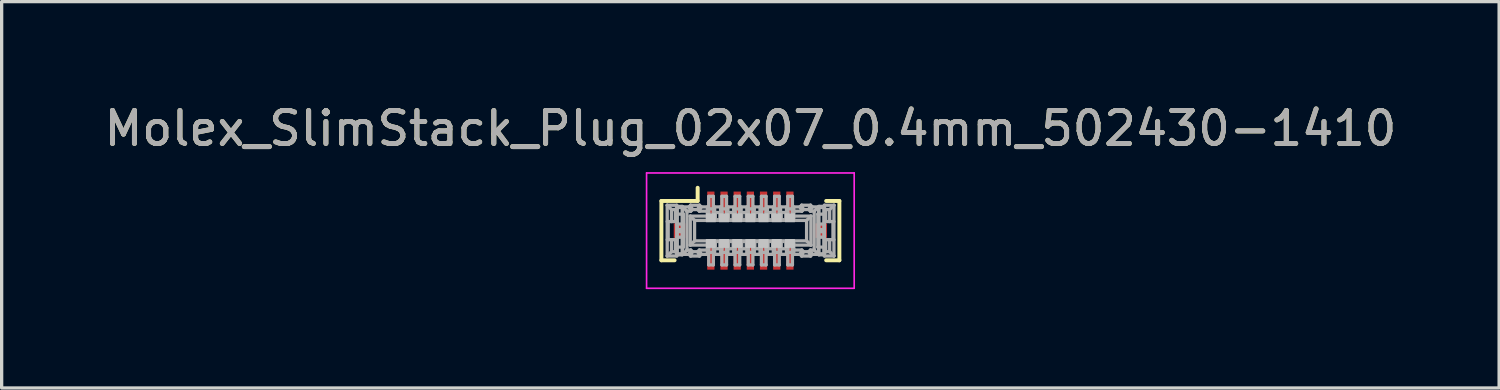
<source format=kicad_pcb>
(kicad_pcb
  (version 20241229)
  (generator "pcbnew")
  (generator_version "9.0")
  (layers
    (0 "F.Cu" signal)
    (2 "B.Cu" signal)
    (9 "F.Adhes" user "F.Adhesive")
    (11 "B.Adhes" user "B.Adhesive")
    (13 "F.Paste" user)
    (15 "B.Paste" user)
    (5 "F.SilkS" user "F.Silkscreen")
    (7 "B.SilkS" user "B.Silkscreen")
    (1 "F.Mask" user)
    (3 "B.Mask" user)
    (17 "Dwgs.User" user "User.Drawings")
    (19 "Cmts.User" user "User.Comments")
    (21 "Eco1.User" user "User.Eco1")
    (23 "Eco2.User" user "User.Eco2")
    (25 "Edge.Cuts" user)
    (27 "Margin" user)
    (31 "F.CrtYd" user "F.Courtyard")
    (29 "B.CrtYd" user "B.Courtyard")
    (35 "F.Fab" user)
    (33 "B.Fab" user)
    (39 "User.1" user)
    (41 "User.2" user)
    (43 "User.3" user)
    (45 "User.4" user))
  (footprint "Molex_SlimStack_Plug_02x07_0.4mm_502430-1410"
    (layer "F.Cu")
    (at 19.72 3.948)
    (property "Reference" "Molex_SlimStack_Plug_02x07_0.4mm_502430-1410" (at 0 -3.1 0) (layer "F.SilkS") (effects (font (size 1 1) (thickness 0.15))))
    (attr smd)
    (fp_line (start -2.7 -0.9) (end -1.6 -0.9) (stroke (width 0.12) (type solid)) (layer "F.SilkS"))
    (fp_line (start -2.7 0.9) (end -2.7 -0.9) (stroke (width 0.12) (type solid)) (layer "F.SilkS"))
    (fp_line (start -2.3 0.9) (end -2.7 0.9) (stroke (width 0.12) (type solid)) (layer "F.SilkS"))
    (fp_line (start -1.6 -0.9) (end -1.6 -1.3) (stroke (width 0.12) (type solid)) (layer "F.SilkS"))
    (fp_line (start 2.3 -0.9) (end 2.7 -0.9) (stroke (width 0.12) (type solid)) (layer "F.SilkS"))
    (fp_line (start 2.7 -0.9) (end 2.7 0.9) (stroke (width 0.12) (type solid)) (layer "F.SilkS"))
    (fp_line (start 2.7 0.9) (end 2.3 0.9) (stroke (width 0.12) (type solid)) (layer "F.SilkS"))
    (fp_line (start -3.15 -1.75) (end 3.15 -1.75) (stroke (width 0.05) (type solid)) (layer "F.CrtYd"))
    (fp_line (start -3.15 1.75) (end -3.15 -1.75) (stroke (width 0.05) (type solid)) (layer "F.CrtYd"))
    (fp_line (start 3.15 -1.75) (end 3.15 1.75) (stroke (width 0.05) (type solid)) (layer "F.CrtYd"))
    (fp_line (start 3.15 1.75) (end -3.15 1.75) (stroke (width 0.05) (type solid)) (layer "F.CrtYd"))
    (fp_line (start -2.524 -0.77) (end -2.394 -0.64) (stroke (width 0.1) (type solid)) (layer "F.Fab"))
    (fp_line (start -2.524 -0.77) (end -2.234 -0.77) (stroke (width 0.1) (type solid)) (layer "F.Fab"))
    (fp_line (start -2.524 -0.275) (end -2.234 -0.275) (stroke (width 0.1) (type solid)) (layer "F.Fab"))
    (fp_line (start -2.524 0.77) (end -2.524 -0.77) (stroke (width 0.1) (type solid)) (layer "F.Fab"))
    (fp_line (start -2.524 0.77) (end -2.394 0.64) (stroke (width 0.1) (type solid)) (layer "F.Fab"))
    (fp_line (start -2.494 -0.275) (end -2.494 0.275) (stroke (width 0.1) (type solid)) (layer "F.Fab"))
    (fp_line (start -2.394 -0.64) (end -2.274 -0.64) (stroke (width 0.1) (type solid)) (layer "F.Fab"))
    (fp_line (start -2.394 -0.275) (end -2.394 -0.64) (stroke (width 0.1) (type solid)) (layer "F.Fab"))
    (fp_line (start -2.394 0.64) (end -2.394 0.275) (stroke (width 0.1) (type solid)) (layer "F.Fab"))
    (fp_line (start -2.274 -0.64) (end -2.274 -0.275) (stroke (width 0.1) (type solid)) (layer "F.Fab"))
    (fp_line (start -2.274 0.275) (end -2.274 0.64) (stroke (width 0.1) (type solid)) (layer "F.Fab"))
    (fp_line (start -2.274 0.64) (end -2.394 0.64) (stroke (width 0.1) (type solid)) (layer "F.Fab"))
    (fp_line (start -2.234 -0.77) (end -2.234 0.77) (stroke (width 0.1) (type solid)) (layer "F.Fab"))
    (fp_line (start -2.234 -0.68) (end -2.274 -0.64) (stroke (width 0.1) (type solid)) (layer "F.Fab"))
    (fp_line (start -2.234 -0.5) (end -2.034 -0.5) (stroke (width 0.1) (type solid)) (layer "F.Fab"))
    (fp_line (start -2.234 -0.2) (end -2.054 -0.2) (stroke (width 0.1) (type solid)) (layer "F.Fab"))
    (fp_line (start -2.234 0.2) (end -2.054 0.2) (stroke (width 0.1) (type solid)) (layer "F.Fab"))
    (fp_line (start -2.234 0.275) (end -2.524 0.275) (stroke (width 0.1) (type solid)) (layer "F.Fab"))
    (fp_line (start -2.234 0.5) (end -2.034 0.5) (stroke (width 0.1) (type solid)) (layer "F.Fab"))
    (fp_line (start -2.234 0.68) (end -2.274 0.64) (stroke (width 0.1) (type solid)) (layer "F.Fab"))
    (fp_line (start -2.234 0.77) (end -2.524 0.77) (stroke (width 0.1) (type solid)) (layer "F.Fab"))
    (fp_line (start -2.219 -0.735) (end -2.069 -0.735) (stroke (width 0.1) (type solid)) (layer "F.Fab"))
    (fp_line (start -2.219 -0.702) (end -2.069 -0.702) (stroke (width 0.1) (type solid)) (layer "F.Fab"))
    (fp_line (start -2.219 -0.03) (end -2.069 -0.03) (stroke (width 0.1) (type solid)) (layer "F.Fab"))
    (fp_line (start -2.219 0.03) (end -2.069 0.03) (stroke (width 0.1) (type solid)) (layer "F.Fab"))
    (fp_line (start -2.219 0.702) (end -2.069 0.702) (stroke (width 0.1) (type solid)) (layer "F.Fab"))
    (fp_line (start -2.219 0.735) (end -2.219 -0.735) (stroke (width 0.1) (type solid)) (layer "F.Fab"))
    (fp_line (start -2.219 0.735) (end -2.069 0.735) (stroke (width 0.1) (type solid)) (layer "F.Fab"))
    (fp_line (start -2.069 0.735) (end -2.069 -0.735) (stroke (width 0.1) (type solid)) (layer "F.Fab"))
    (fp_line (start -2.054 -0.72) (end -1.924 -0.59) (stroke (width 0.1) (type solid)) (layer "F.Fab"))
    (fp_line (start -2.054 -0.72) (end -1.864 -0.72) (stroke (width 0.1) (type solid)) (layer "F.Fab"))
    (fp_line (start -2.054 -0.5) (end -2.054 -0.72) (stroke (width 0.1) (type solid)) (layer "F.Fab"))
    (fp_line (start -2.054 -0.2) (end -2.054 0.2) (stroke (width 0.1) (type solid)) (layer "F.Fab"))
    (fp_line (start -2.054 0.72) (end -2.054 0.5) (stroke (width 0.1) (type solid)) (layer "F.Fab"))
    (fp_line (start -2.054 0.72) (end -1.924 0.59) (stroke (width 0.1) (type solid)) (layer "F.Fab"))
    (fp_line (start -2.034 -0.5) (end -2.034 0.5) (stroke (width 0.1) (type solid)) (layer "F.Fab"))
    (fp_line (start -1.924 -0.59) (end -1.924 0.59) (stroke (width 0.1) (type solid)) (layer "F.Fab"))
    (fp_line (start -1.924 0.59) (end -1.81 0.59) (stroke (width 0.1) (type solid)) (layer "F.Fab"))
    (fp_line (start -1.864 -0.72) (end -1.814 -0.77) (stroke (width 0.1) (type solid)) (layer "F.Fab"))
    (fp_line (start -1.864 -0.72) (end -1.81 -0.59) (stroke (width 0.1) (type solid)) (layer "F.Fab"))
    (fp_line (start -1.864 0.72) (end -2.054 0.72) (stroke (width 0.1) (type solid)) (layer "F.Fab"))
    (fp_line (start -1.864 0.72) (end -1.81 0.59) (stroke (width 0.1) (type solid)) (layer "F.Fab"))
    (fp_line (start -1.824 -0.44) (end -1.694 -0.31) (stroke (width 0.1) (type solid)) (layer "F.Fab"))
    (fp_line (start -1.824 -0.44) (end -1.304 -0.44) (stroke (width 0.1) (type solid)) (layer "F.Fab"))
    (fp_line (start -1.824 0.44) (end -1.824 -0.44) (stroke (width 0.1) (type solid)) (layer "F.Fab"))
    (fp_line (start -1.824 0.44) (end -1.304 0.44) (stroke (width 0.1) (type solid)) (layer "F.Fab"))
    (fp_line (start -1.814 -0.77) (end -1.76 -0.64) (stroke (width 0.1) (type solid)) (layer "F.Fab"))
    (fp_line (start -1.814 -0.77) (end -1.544 -0.77) (stroke (width 0.1) (type solid)) (layer "F.Fab"))
    (fp_line (start -1.814 0.77) (end -1.864 0.72) (stroke (width 0.1) (type solid)) (layer "F.Fab"))
    (fp_line (start -1.814 0.77) (end -1.76 0.64) (stroke (width 0.1) (type solid)) (layer "F.Fab"))
    (fp_line (start -1.81 -0.59) (end -1.924 -0.59) (stroke (width 0.1) (type solid)) (layer "F.Fab"))
    (fp_line (start -1.81 0.59) (end -1.76 0.64) (stroke (width 0.1) (type solid)) (layer "F.Fab"))
    (fp_line (start -1.76 -0.64) (end -1.81 -0.59) (stroke (width 0.1) (type solid)) (layer "F.Fab"))
    (fp_line (start -1.76 0.64) (end -1.598 0.64) (stroke (width 0.1) (type solid)) (layer "F.Fab"))
    (fp_line (start -1.694 0.31) (end -1.824 0.44) (stroke (width 0.1) (type solid)) (layer "F.Fab"))
    (fp_line (start -1.694 0.31) (end -1.694 -0.31) (stroke (width 0.1) (type solid)) (layer "F.Fab"))
    (fp_line (start -1.598 -0.64) (end -1.76 -0.64) (stroke (width 0.1) (type solid)) (layer "F.Fab"))
    (fp_line (start -1.598 0.64) (end -1.548 0.59) (stroke (width 0.1) (type solid)) (layer "F.Fab"))
    (fp_line (start -1.548 -0.59) (end -1.598 -0.64) (stroke (width 0.1) (type solid)) (layer "F.Fab"))
    (fp_line (start -1.548 0.59) (end -1.494 0.72) (stroke (width 0.1) (type solid)) (layer "F.Fab"))
    (fp_line (start -1.544 -0.77) (end -1.598 -0.64) (stroke (width 0.1) (type solid)) (layer "F.Fab"))
    (fp_line (start -1.544 -0.77) (end -1.494 -0.72) (stroke (width 0.1) (type solid)) (layer "F.Fab"))
    (fp_line (start -1.544 0.77) (end -1.814 0.77) (stroke (width 0.1) (type solid)) (layer "F.Fab"))
    (fp_line (start -1.544 0.77) (end -1.598 0.64) (stroke (width 0.1) (type solid)) (layer "F.Fab"))
    (fp_line (start -1.494 -0.72) (end -1.548 -0.59) (stroke (width 0.1) (type solid)) (layer "F.Fab"))
    (fp_line (start -1.494 -0.72) (end -1.304 -0.72) (stroke (width 0.1) (type solid)) (layer "F.Fab"))
    (fp_line (start -1.494 0.72) (end -1.544 0.77) (stroke (width 0.1) (type solid)) (layer "F.Fab"))
    (fp_line (start -1.304 -0.59) (end -1.548 -0.59) (stroke (width 0.1) (type solid)) (layer "F.Fab"))
    (fp_line (start -1.304 -0.41) (end -1.264 -0.41) (stroke (width 0.1) (type solid)) (layer "F.Fab"))
    (fp_line (start -1.304 -0.31) (end -1.304 -0.72) (stroke (width 0.1) (type solid)) (layer "F.Fab"))
    (fp_line (start -1.304 0.55) (end -1.264 0.55) (stroke (width 0.1) (type solid)) (layer "F.Fab"))
    (fp_line (start -1.304 0.59) (end -1.548 0.59) (stroke (width 0.1) (type solid)) (layer "F.Fab"))
    (fp_line (start -1.304 0.72) (end -1.494 0.72) (stroke (width 0.1) (type solid)) (layer "F.Fab"))
    (fp_line (start -1.304 0.72) (end -1.304 0.31) (stroke (width 0.1) (type solid)) (layer "F.Fab"))
    (fp_line (start -1.294 -0.66) (end -1.294 -0.55) (stroke (width 0.1) (type solid)) (layer "F.Fab"))
    (fp_line (start -1.294 -0.66) (end -1.094 -0.66) (stroke (width 0.1) (type solid)) (layer "F.Fab"))
    (fp_line (start -1.294 0.55) (end -1.294 0.66) (stroke (width 0.1) (type solid)) (layer "F.Fab"))
    (fp_line (start -1.294 0.66) (end -1.094 0.66) (stroke (width 0.1) (type solid)) (layer "F.Fab"))
    (fp_line (start -1.264 -1.04) (end -1.264 -0.33) (stroke (width 0.1) (type solid)) (layer "F.Fab"))
    (fp_line (start -1.264 -0.55) (end -1.304 -0.55) (stroke (width 0.1) (type solid)) (layer "F.Fab"))
    (fp_line (start -1.264 0.33) (end -1.264 1.04) (stroke (width 0.1) (type solid)) (layer "F.Fab"))
    (fp_line (start -1.264 0.41) (end -1.304 0.41) (stroke (width 0.1) (type solid)) (layer "F.Fab"))
    (fp_line (start -1.124 -1.04) (end -1.264 -1.04) (stroke (width 0.1) (type solid)) (layer "F.Fab"))
    (fp_line (start -1.124 -1.04) (end -1.124 -0.33) (stroke (width 0.1) (type solid)) (layer "F.Fab"))
    (fp_line (start -1.124 -0.55) (end -0.864 -0.55) (stroke (width 0.1) (type solid)) (layer "F.Fab"))
    (fp_line (start -1.124 -0.41) (end -1.084 -0.41) (stroke (width 0.1) (type solid)) (layer "F.Fab"))
    (fp_line (start -1.124 -0.33) (end -1.264 -0.33) (stroke (width 0.1) (type solid)) (layer "F.Fab"))
    (fp_line (start -1.124 0.33) (end -1.264 0.33) (stroke (width 0.1) (type solid)) (layer "F.Fab"))
    (fp_line (start -1.124 0.33) (end -1.124 1.04) (stroke (width 0.1) (type solid)) (layer "F.Fab"))
    (fp_line (start -1.124 0.55) (end -0.864 0.55) (stroke (width 0.1) (type solid)) (layer "F.Fab"))
    (fp_line (start -1.124 1.04) (end -1.264 1.04) (stroke (width 0.1) (type solid)) (layer "F.Fab"))
    (fp_line (start -1.094 -0.66) (end -1.094 -0.55) (stroke (width 0.1) (type solid)) (layer "F.Fab"))
    (fp_line (start -1.094 0.66) (end -1.094 0.55) (stroke (width 0.1) (type solid)) (layer "F.Fab"))
    (fp_line (start -1.084 -0.72) (end -1.084 -0.31) (stroke (width 0.1) (type solid)) (layer "F.Fab"))
    (fp_line (start -1.084 -0.72) (end -0.904 -0.72) (stroke (width 0.1) (type solid)) (layer "F.Fab"))
    (fp_line (start -1.084 -0.33) (end -0.904 -0.33) (stroke (width 0.1) (type solid)) (layer "F.Fab"))
    (fp_line (start -1.084 0.31) (end -1.084 0.72) (stroke (width 0.1) (type solid)) (layer "F.Fab"))
    (fp_line (start -1.084 0.33) (end -0.904 0.33) (stroke (width 0.1) (type solid)) (layer "F.Fab"))
    (fp_line (start -1.084 0.41) (end -1.124 0.41) (stroke (width 0.1) (type solid)) (layer "F.Fab"))
    (fp_line (start -1.064 -0.33) (end -1.064 -0.55) (stroke (width 0.1) (type solid)) (layer "F.Fab"))
    (fp_line (start -1.064 0.55) (end -1.064 0.33) (stroke (width 0.1) (type solid)) (layer "F.Fab"))
    (fp_line (start -0.924 -0.55) (end -0.924 -0.33) (stroke (width 0.1) (type solid)) (layer "F.Fab"))
    (fp_line (start -0.924 0.33) (end -0.924 0.55) (stroke (width 0.1) (type solid)) (layer "F.Fab"))
    (fp_line (start -0.904 -0.41) (end -0.864 -0.41) (stroke (width 0.1) (type solid)) (layer "F.Fab"))
    (fp_line (start -0.904 -0.31) (end -0.904 -0.72) (stroke (width 0.1) (type solid)) (layer "F.Fab"))
    (fp_line (start -0.904 0.72) (end -1.084 0.72) (stroke (width 0.1) (type solid)) (layer "F.Fab"))
    (fp_line (start -0.904 0.72) (end -0.904 0.31) (stroke (width 0.1) (type solid)) (layer "F.Fab"))
    (fp_line (start -0.894 -0.66) (end -0.894 -0.55) (stroke (width 0.1) (type solid)) (layer "F.Fab"))
    (fp_line (start -0.894 -0.66) (end -0.694 -0.66) (stroke (width 0.1) (type solid)) (layer "F.Fab"))
    (fp_line (start -0.894 0.55) (end -0.894 0.66) (stroke (width 0.1) (type solid)) (layer "F.Fab"))
    (fp_line (start -0.864 -1.04) (end -0.864 -0.33) (stroke (width 0.1) (type solid)) (layer "F.Fab"))
    (fp_line (start -0.864 0.33) (end -0.864 1.04) (stroke (width 0.1) (type solid)) (layer "F.Fab"))
    (fp_line (start -0.864 0.33) (end -0.724 0.33) (stroke (width 0.1) (type solid)) (layer "F.Fab"))
    (fp_line (start -0.864 0.41) (end -0.904 0.41) (stroke (width 0.1) (type solid)) (layer "F.Fab"))
    (fp_line (start -0.724 -1.04) (end -0.864 -1.04) (stroke (width 0.1) (type solid)) (layer "F.Fab"))
    (fp_line (start -0.724 -1.04) (end -0.724 -0.33) (stroke (width 0.1) (type solid)) (layer "F.Fab"))
    (fp_line (start -0.724 -0.55) (end -0.464 -0.55) (stroke (width 0.1) (type solid)) (layer "F.Fab"))
    (fp_line (start -0.724 -0.41) (end -0.684 -0.41) (stroke (width 0.1) (type solid)) (layer "F.Fab"))
    (fp_line (start -0.724 -0.33) (end -0.864 -0.33) (stroke (width 0.1) (type solid)) (layer "F.Fab"))
    (fp_line (start -0.724 0.33) (end -0.724 1.04) (stroke (width 0.1) (type solid)) (layer "F.Fab"))
    (fp_line (start -0.724 0.55) (end -0.464 0.55) (stroke (width 0.1) (type solid)) (layer "F.Fab"))
    (fp_line (start -0.724 1.04) (end -0.864 1.04) (stroke (width 0.1) (type solid)) (layer "F.Fab"))
    (fp_line (start -0.694 -0.66) (end -0.694 -0.55) (stroke (width 0.1) (type solid)) (layer "F.Fab"))
    (fp_line (start -0.694 0.66) (end -0.894 0.66) (stroke (width 0.1) (type solid)) (layer "F.Fab"))
    (fp_line (start -0.694 0.66) (end -0.694 0.55) (stroke (width 0.1) (type solid)) (layer "F.Fab"))
    (fp_line (start -0.684 -0.72) (end -0.684 -0.31) (stroke (width 0.1) (type solid)) (layer "F.Fab"))
    (fp_line (start -0.684 -0.72) (end -0.504 -0.72) (stroke (width 0.1) (type solid)) (layer "F.Fab"))
    (fp_line (start -0.684 -0.33) (end -0.504 -0.33) (stroke (width 0.1) (type solid)) (layer "F.Fab"))
    (fp_line (start -0.684 0.31) (end -0.684 0.72) (stroke (width 0.1) (type solid)) (layer "F.Fab"))
    (fp_line (start -0.684 0.33) (end -0.504 0.33) (stroke (width 0.1) (type solid)) (layer "F.Fab"))
    (fp_line (start -0.684 0.41) (end -0.724 0.41) (stroke (width 0.1) (type solid)) (layer "F.Fab"))
    (fp_line (start -0.664 -0.33) (end -0.664 -0.55) (stroke (width 0.1) (type solid)) (layer "F.Fab"))
    (fp_line (start -0.664 0.55) (end -0.664 0.33) (stroke (width 0.1) (type solid)) (layer "F.Fab"))
    (fp_line (start -0.524 -0.55) (end -0.524 -0.33) (stroke (width 0.1) (type solid)) (layer "F.Fab"))
    (fp_line (start -0.524 0.33) (end -0.524 0.55) (stroke (width 0.1) (type solid)) (layer "F.Fab"))
    (fp_line (start -0.504 -0.41) (end -0.464 -0.41) (stroke (width 0.1) (type solid)) (layer "F.Fab"))
    (fp_line (start -0.504 -0.31) (end -0.504 -0.72) (stroke (width 0.1) (type solid)) (layer "F.Fab"))
    (fp_line (start -0.504 0.72) (end -0.684 0.72) (stroke (width 0.1) (type solid)) (layer "F.Fab"))
    (fp_line (start -0.504 0.72) (end -0.504 0.31) (stroke (width 0.1) (type solid)) (layer "F.Fab"))
    (fp_line (start -0.494 -0.66) (end -0.494 -0.55) (stroke (width 0.1) (type solid)) (layer "F.Fab"))
    (fp_line (start -0.494 -0.66) (end -0.294 -0.66) (stroke (width 0.1) (type solid)) (layer "F.Fab"))
    (fp_line (start -0.494 0.55) (end -0.494 0.66) (stroke (width 0.1) (type solid)) (layer "F.Fab"))
    (fp_line (start -0.464 -1.04) (end -0.464 -0.33) (stroke (width 0.1) (type solid)) (layer "F.Fab"))
    (fp_line (start -0.464 0.33) (end -0.464 1.04) (stroke (width 0.1) (type solid)) (layer "F.Fab"))
    (fp_line (start -0.464 0.33) (end -0.324 0.33) (stroke (width 0.1) (type solid)) (layer "F.Fab"))
    (fp_line (start -0.464 0.41) (end -0.504 0.41) (stroke (width 0.1) (type solid)) (layer "F.Fab"))
    (fp_line (start -0.324 -1.04) (end -0.464 -1.04) (stroke (width 0.1) (type solid)) (layer "F.Fab"))
    (fp_line (start -0.324 -1.04) (end -0.324 -0.33) (stroke (width 0.1) (type solid)) (layer "F.Fab"))
    (fp_line (start -0.324 -0.55) (end -0.064 -0.55) (stroke (width 0.1) (type solid)) (layer "F.Fab"))
    (fp_line (start -0.324 -0.41) (end -0.284 -0.41) (stroke (width 0.1) (type solid)) (layer "F.Fab"))
    (fp_line (start -0.324 -0.33) (end -0.464 -0.33) (stroke (width 0.1) (type solid)) (layer "F.Fab"))
    (fp_line (start -0.324 0.33) (end -0.324 1.04) (stroke (width 0.1) (type solid)) (layer "F.Fab"))
    (fp_line (start -0.324 0.55) (end -0.064 0.55) (stroke (width 0.1) (type solid)) (layer "F.Fab"))
    (fp_line (start -0.324 1.04) (end -0.464 1.04) (stroke (width 0.1) (type solid)) (layer "F.Fab"))
    (fp_line (start -0.294 -0.66) (end -0.294 -0.55) (stroke (width 0.1) (type solid)) (layer "F.Fab"))
    (fp_line (start -0.294 0.66) (end -0.494 0.66) (stroke (width 0.1) (type solid)) (layer "F.Fab"))
    (fp_line (start -0.294 0.66) (end -0.294 0.55) (stroke (width 0.1) (type solid)) (layer "F.Fab"))
    (fp_line (start -0.284 -0.72) (end -0.284 -0.31) (stroke (width 0.1) (type solid)) (layer "F.Fab"))
    (fp_line (start -0.284 -0.72) (end -0.104 -0.72) (stroke (width 0.1) (type solid)) (layer "F.Fab"))
    (fp_line (start -0.284 -0.33) (end -0.104 -0.33) (stroke (width 0.1) (type solid)) (layer "F.Fab"))
    (fp_line (start -0.284 0.31) (end -0.284 0.72) (stroke (width 0.1) (type solid)) (layer "F.Fab"))
    (fp_line (start -0.284 0.33) (end -0.104 0.33) (stroke (width 0.1) (type solid)) (layer "F.Fab"))
    (fp_line (start -0.284 0.41) (end -0.324 0.41) (stroke (width 0.1) (type solid)) (layer "F.Fab"))
    (fp_line (start -0.264 -0.33) (end -0.264 -0.55) (stroke (width 0.1) (type solid)) (layer "F.Fab"))
    (fp_line (start -0.264 0.55) (end -0.264 0.33) (stroke (width 0.1) (type solid)) (layer "F.Fab"))
    (fp_line (start -0.124 -0.55) (end -0.124 -0.33) (stroke (width 0.1) (type solid)) (layer "F.Fab"))
    (fp_line (start -0.124 0.33) (end -0.124 0.55) (stroke (width 0.1) (type solid)) (layer "F.Fab"))
    (fp_line (start -0.104 -0.41) (end -0.064 -0.41) (stroke (width 0.1) (type solid)) (layer "F.Fab"))
    (fp_line (start -0.104 -0.31) (end -0.104 -0.72) (stroke (width 0.1) (type solid)) (layer "F.Fab"))
    (fp_line (start -0.104 0.72) (end -0.284 0.72) (stroke (width 0.1) (type solid)) (layer "F.Fab"))
    (fp_line (start -0.104 0.72) (end -0.104 0.31) (stroke (width 0.1) (type solid)) (layer "F.Fab"))
    (fp_line (start -0.094 -0.66) (end -0.094 -0.55) (stroke (width 0.1) (type solid)) (layer "F.Fab"))
    (fp_line (start -0.094 -0.66) (end 0.106 -0.66) (stroke (width 0.1) (type solid)) (layer "F.Fab"))
    (fp_line (start -0.094 0.55) (end -0.094 0.66) (stroke (width 0.1) (type solid)) (layer "F.Fab"))
    (fp_line (start -0.064 -1.04) (end -0.064 -0.33) (stroke (width 0.1) (type solid)) (layer "F.Fab"))
    (fp_line (start -0.064 0.33) (end -0.064 1.04) (stroke (width 0.1) (type solid)) (layer "F.Fab"))
    (fp_line (start -0.064 0.33) (end 0.076 0.33) (stroke (width 0.1) (type solid)) (layer "F.Fab"))
    (fp_line (start -0.064 0.41) (end -0.104 0.41) (stroke (width 0.1) (type solid)) (layer "F.Fab"))
    (fp_line (start 0.076 -1.04) (end -0.064 -1.04) (stroke (width 0.1) (type solid)) (layer "F.Fab"))
    (fp_line (start 0.076 -1.04) (end 0.076 -0.33) (stroke (width 0.1) (type solid)) (layer "F.Fab"))
    (fp_line (start 0.076 -0.55) (end 0.336 -0.55) (stroke (width 0.1) (type solid)) (layer "F.Fab"))
    (fp_line (start 0.076 -0.41) (end 0.116 -0.41) (stroke (width 0.1) (type solid)) (layer "F.Fab"))
    (fp_line (start 0.076 -0.33) (end -0.064 -0.33) (stroke (width 0.1) (type solid)) (layer "F.Fab"))
    (fp_line (start 0.076 0.33) (end 0.076 1.04) (stroke (width 0.1) (type solid)) (layer "F.Fab"))
    (fp_line (start 0.076 0.55) (end 0.336 0.55) (stroke (width 0.1) (type solid)) (layer "F.Fab"))
    (fp_line (start 0.076 1.04) (end -0.064 1.04) (stroke (width 0.1) (type solid)) (layer "F.Fab"))
    (fp_line (start 0.106 -0.66) (end 0.106 -0.55) (stroke (width 0.1) (type solid)) (layer "F.Fab"))
    (fp_line (start 0.106 0.66) (end -0.094 0.66) (stroke (width 0.1) (type solid)) (layer "F.Fab"))
    (fp_line (start 0.106 0.66) (end 0.106 0.55) (stroke (width 0.1) (type solid)) (layer "F.Fab"))
    (fp_line (start 0.116 -0.72) (end 0.116 -0.31) (stroke (width 0.1) (type solid)) (layer "F.Fab"))
    (fp_line (start 0.116 -0.72) (end 0.296 -0.72) (stroke (width 0.1) (type solid)) (layer "F.Fab"))
    (fp_line (start 0.116 -0.33) (end 0.296 -0.33) (stroke (width 0.1) (type solid)) (layer "F.Fab"))
    (fp_line (start 0.116 0.31) (end 0.116 0.72) (stroke (width 0.1) (type solid)) (layer "F.Fab"))
    (fp_line (start 0.116 0.33) (end 0.296 0.33) (stroke (width 0.1) (type solid)) (layer "F.Fab"))
    (fp_line (start 0.116 0.41) (end 0.076 0.41) (stroke (width 0.1) (type solid)) (layer "F.Fab"))
    (fp_line (start 0.136 -0.33) (end 0.136 -0.55) (stroke (width 0.1) (type solid)) (layer "F.Fab"))
    (fp_line (start 0.136 0.55) (end 0.136 0.33) (stroke (width 0.1) (type solid)) (layer "F.Fab"))
    (fp_line (start 0.276 -0.55) (end 0.276 -0.33) (stroke (width 0.1) (type solid)) (layer "F.Fab"))
    (fp_line (start 0.276 0.33) (end 0.276 0.55) (stroke (width 0.1) (type solid)) (layer "F.Fab"))
    (fp_line (start 0.296 -0.41) (end 0.336 -0.41) (stroke (width 0.1) (type solid)) (layer "F.Fab"))
    (fp_line (start 0.296 -0.31) (end 0.296 -0.72) (stroke (width 0.1) (type solid)) (layer "F.Fab"))
    (fp_line (start 0.296 0.72) (end 0.116 0.72) (stroke (width 0.1) (type solid)) (layer "F.Fab"))
    (fp_line (start 0.296 0.72) (end 0.296 0.31) (stroke (width 0.1) (type solid)) (layer "F.Fab"))
    (fp_line (start 0.306 -0.66) (end 0.306 -0.55) (stroke (width 0.1) (type solid)) (layer "F.Fab"))
    (fp_line (start 0.306 -0.66) (end 0.506 -0.66) (stroke (width 0.1) (type solid)) (layer "F.Fab"))
    (fp_line (start 0.306 0.55) (end 0.306 0.66) (stroke (width 0.1) (type solid)) (layer "F.Fab"))
    (fp_line (start 0.336 -1.04) (end 0.336 -0.33) (stroke (width 0.1) (type solid)) (layer "F.Fab"))
    (fp_line (start 0.336 0.33) (end 0.336 1.04) (stroke (width 0.1) (type solid)) (layer "F.Fab"))
    (fp_line (start 0.336 0.33) (end 0.476 0.33) (stroke (width 0.1) (type solid)) (layer "F.Fab"))
    (fp_line (start 0.336 0.41) (end 0.296 0.41) (stroke (width 0.1) (type solid)) (layer "F.Fab"))
    (fp_line (start 0.476 -1.04) (end 0.336 -1.04) (stroke (width 0.1) (type solid)) (layer "F.Fab"))
    (fp_line (start 0.476 -1.04) (end 0.476 -0.33) (stroke (width 0.1) (type solid)) (layer "F.Fab"))
    (fp_line (start 0.476 -0.55) (end 0.736 -0.55) (stroke (width 0.1) (type solid)) (layer "F.Fab"))
    (fp_line (start 0.476 -0.41) (end 0.516 -0.41) (stroke (width 0.1) (type solid)) (layer "F.Fab"))
    (fp_line (start 0.476 -0.33) (end 0.336 -0.33) (stroke (width 0.1) (type solid)) (layer "F.Fab"))
    (fp_line (start 0.476 0.33) (end 0.476 1.04) (stroke (width 0.1) (type solid)) (layer "F.Fab"))
    (fp_line (start 0.476 0.55) (end 0.736 0.55) (stroke (width 0.1) (type solid)) (layer "F.Fab"))
    (fp_line (start 0.476 1.04) (end 0.336 1.04) (stroke (width 0.1) (type solid)) (layer "F.Fab"))
    (fp_line (start 0.506 -0.66) (end 0.506 -0.55) (stroke (width 0.1) (type solid)) (layer "F.Fab"))
    (fp_line (start 0.506 0.66) (end 0.306 0.66) (stroke (width 0.1) (type solid)) (layer "F.Fab"))
    (fp_line (start 0.506 0.66) (end 0.506 0.55) (stroke (width 0.1) (type solid)) (layer "F.Fab"))
    (fp_line (start 0.516 -0.72) (end 0.516 -0.31) (stroke (width 0.1) (type solid)) (layer "F.Fab"))
    (fp_line (start 0.516 -0.72) (end 0.696 -0.72) (stroke (width 0.1) (type solid)) (layer "F.Fab"))
    (fp_line (start 0.516 -0.33) (end 0.696 -0.33) (stroke (width 0.1) (type solid)) (layer "F.Fab"))
    (fp_line (start 0.516 0.31) (end 0.516 0.72) (stroke (width 0.1) (type solid)) (layer "F.Fab"))
    (fp_line (start 0.516 0.33) (end 0.696 0.33) (stroke (width 0.1) (type solid)) (layer "F.Fab"))
    (fp_line (start 0.516 0.41) (end 0.476 0.41) (stroke (width 0.1) (type solid)) (layer "F.Fab"))
    (fp_line (start 0.536 -0.33) (end 0.536 -0.55) (stroke (width 0.1) (type solid)) (layer "F.Fab"))
    (fp_line (start 0.536 0.55) (end 0.536 0.33) (stroke (width 0.1) (type solid)) (layer "F.Fab"))
    (fp_line (start 0.676 -0.55) (end 0.676 -0.33) (stroke (width 0.1) (type solid)) (layer "F.Fab"))
    (fp_line (start 0.676 0.33) (end 0.676 0.55) (stroke (width 0.1) (type solid)) (layer "F.Fab"))
    (fp_line (start 0.696 -0.41) (end 0.736 -0.41) (stroke (width 0.1) (type solid)) (layer "F.Fab"))
    (fp_line (start 0.696 -0.31) (end 0.696 -0.72) (stroke (width 0.1) (type solid)) (layer "F.Fab"))
    (fp_line (start 0.696 0.72) (end 0.516 0.72) (stroke (width 0.1) (type solid)) (layer "F.Fab"))
    (fp_line (start 0.696 0.72) (end 0.696 0.31) (stroke (width 0.1) (type solid)) (layer "F.Fab"))
    (fp_line (start 0.706 -0.66) (end 0.706 -0.55) (stroke (width 0.1) (type solid)) (layer "F.Fab"))
    (fp_line (start 0.706 -0.66) (end 0.906 -0.66) (stroke (width 0.1) (type solid)) (layer "F.Fab"))
    (fp_line (start 0.706 0.55) (end 0.706 0.66) (stroke (width 0.1) (type solid)) (layer "F.Fab"))
    (fp_line (start 0.736 -1.04) (end 0.736 -0.33) (stroke (width 0.1) (type solid)) (layer "F.Fab"))
    (fp_line (start 0.736 0.33) (end 0.736 1.04) (stroke (width 0.1) (type solid)) (layer "F.Fab"))
    (fp_line (start 0.736 0.33) (end 0.876 0.33) (stroke (width 0.1) (type solid)) (layer "F.Fab"))
    (fp_line (start 0.736 0.41) (end 0.696 0.41) (stroke (width 0.1) (type solid)) (layer "F.Fab"))
    (fp_line (start 0.876 -1.04) (end 0.736 -1.04) (stroke (width 0.1) (type solid)) (layer "F.Fab"))
    (fp_line (start 0.876 -1.04) (end 0.876 -0.33) (stroke (width 0.1) (type solid)) (layer "F.Fab"))
    (fp_line (start 0.876 -0.55) (end 1.136 -0.55) (stroke (width 0.1) (type solid)) (layer "F.Fab"))
    (fp_line (start 0.876 -0.41) (end 0.916 -0.41) (stroke (width 0.1) (type solid)) (layer "F.Fab"))
    (fp_line (start 0.876 -0.33) (end 0.736 -0.33) (stroke (width 0.1) (type solid)) (layer "F.Fab"))
    (fp_line (start 0.876 0.33) (end 0.876 1.04) (stroke (width 0.1) (type solid)) (layer "F.Fab"))
    (fp_line (start 0.876 0.55) (end 1.136 0.55) (stroke (width 0.1) (type solid)) (layer "F.Fab"))
    (fp_line (start 0.876 1.04) (end 0.736 1.04) (stroke (width 0.1) (type solid)) (layer "F.Fab"))
    (fp_line (start 0.906 -0.66) (end 0.906 -0.55) (stroke (width 0.1) (type solid)) (layer "F.Fab"))
    (fp_line (start 0.906 0.66) (end 0.706 0.66) (stroke (width 0.1) (type solid)) (layer "F.Fab"))
    (fp_line (start 0.906 0.66) (end 0.906 0.55) (stroke (width 0.1) (type solid)) (layer "F.Fab"))
    (fp_line (start 0.916 -0.72) (end 0.916 -0.31) (stroke (width 0.1) (type solid)) (layer "F.Fab"))
    (fp_line (start 0.916 -0.72) (end 1.096 -0.72) (stroke (width 0.1) (type solid)) (layer "F.Fab"))
    (fp_line (start 0.916 -0.33) (end 1.096 -0.33) (stroke (width 0.1) (type solid)) (layer "F.Fab"))
    (fp_line (start 0.916 0.31) (end 0.916 0.72) (stroke (width 0.1) (type solid)) (layer "F.Fab"))
    (fp_line (start 0.916 0.33) (end 1.096 0.33) (stroke (width 0.1) (type solid)) (layer "F.Fab"))
    (fp_line (start 0.916 0.41) (end 0.876 0.41) (stroke (width 0.1) (type solid)) (layer "F.Fab"))
    (fp_line (start 0.936 -0.33) (end 0.936 -0.55) (stroke (width 0.1) (type solid)) (layer "F.Fab"))
    (fp_line (start 0.936 0.55) (end 0.936 0.33) (stroke (width 0.1) (type solid)) (layer "F.Fab"))
    (fp_line (start 1.076 -0.55) (end 1.076 -0.33) (stroke (width 0.1) (type solid)) (layer "F.Fab"))
    (fp_line (start 1.076 0.33) (end 1.076 0.55) (stroke (width 0.1) (type solid)) (layer "F.Fab"))
    (fp_line (start 1.096 -0.41) (end 1.136 -0.41) (stroke (width 0.1) (type solid)) (layer "F.Fab"))
    (fp_line (start 1.096 -0.31) (end 1.096 -0.72) (stroke (width 0.1) (type solid)) (layer "F.Fab"))
    (fp_line (start 1.096 0.72) (end 0.916 0.72) (stroke (width 0.1) (type solid)) (layer "F.Fab"))
    (fp_line (start 1.096 0.72) (end 1.096 0.31) (stroke (width 0.1) (type solid)) (layer "F.Fab"))
    (fp_line (start 1.106 -0.66) (end 1.106 -0.55) (stroke (width 0.1) (type solid)) (layer "F.Fab"))
    (fp_line (start 1.106 -0.66) (end 1.306 -0.66) (stroke (width 0.1) (type solid)) (layer "F.Fab"))
    (fp_line (start 1.106 0.55) (end 1.106 0.66) (stroke (width 0.1) (type solid)) (layer "F.Fab"))
    (fp_line (start 1.106 0.66) (end 1.306 0.66) (stroke (width 0.1) (type solid)) (layer "F.Fab"))
    (fp_line (start 1.136 -1.04) (end 1.136 -0.33) (stroke (width 0.1) (type solid)) (layer "F.Fab"))
    (fp_line (start 1.136 0.33) (end 1.136 1.04) (stroke (width 0.1) (type solid)) (layer "F.Fab"))
    (fp_line (start 1.136 0.41) (end 1.096 0.41) (stroke (width 0.1) (type solid)) (layer "F.Fab"))
    (fp_line (start 1.276 -1.04) (end 1.136 -1.04) (stroke (width 0.1) (type solid)) (layer "F.Fab"))
    (fp_line (start 1.276 -1.04) (end 1.276 -0.33) (stroke (width 0.1) (type solid)) (layer "F.Fab"))
    (fp_line (start 1.276 -0.41) (end 1.316 -0.41) (stroke (width 0.1) (type solid)) (layer "F.Fab"))
    (fp_line (start 1.276 -0.33) (end 1.136 -0.33) (stroke (width 0.1) (type solid)) (layer "F.Fab"))
    (fp_line (start 1.276 0.33) (end 1.136 0.33) (stroke (width 0.1) (type solid)) (layer "F.Fab"))
    (fp_line (start 1.276 0.33) (end 1.276 1.04) (stroke (width 0.1) (type solid)) (layer "F.Fab"))
    (fp_line (start 1.276 0.55) (end 1.316 0.55) (stroke (width 0.1) (type solid)) (layer "F.Fab"))
    (fp_line (start 1.276 1.04) (end 1.136 1.04) (stroke (width 0.1) (type solid)) (layer "F.Fab"))
    (fp_line (start 1.306 -0.66) (end 1.306 -0.55) (stroke (width 0.1) (type solid)) (layer "F.Fab"))
    (fp_line (start 1.306 0.66) (end 1.306 0.55) (stroke (width 0.1) (type solid)) (layer "F.Fab"))
    (fp_line (start 1.316 -0.72) (end 1.316 -0.31) (stroke (width 0.1) (type solid)) (layer "F.Fab"))
    (fp_line (start 1.316 -0.72) (end 1.506 -0.72) (stroke (width 0.1) (type solid)) (layer "F.Fab"))
    (fp_line (start 1.316 -0.55) (end 1.276 -0.55) (stroke (width 0.1) (type solid)) (layer "F.Fab"))
    (fp_line (start 1.316 -0.44) (end 1.836 -0.44) (stroke (width 0.1) (type solid)) (layer "F.Fab"))
    (fp_line (start 1.316 0.31) (end 1.316 0.72) (stroke (width 0.1) (type solid)) (layer "F.Fab"))
    (fp_line (start 1.316 0.41) (end 1.276 0.41) (stroke (width 0.1) (type solid)) (layer "F.Fab"))
    (fp_line (start 1.316 0.59) (end 1.56 0.59) (stroke (width 0.1) (type solid)) (layer "F.Fab"))
    (fp_line (start 1.506 -0.72) (end 1.556 -0.77) (stroke (width 0.1) (type solid)) (layer "F.Fab"))
    (fp_line (start 1.506 0.72) (end 1.316 0.72) (stroke (width 0.1) (type solid)) (layer "F.Fab"))
    (fp_line (start 1.506 0.72) (end 1.56 0.59) (stroke (width 0.1) (type solid)) (layer "F.Fab"))
    (fp_line (start 1.556 -0.77) (end 1.61 -0.64) (stroke (width 0.1) (type solid)) (layer "F.Fab"))
    (fp_line (start 1.556 -0.77) (end 1.826 -0.77) (stroke (width 0.1) (type solid)) (layer "F.Fab"))
    (fp_line (start 1.556 0.77) (end 1.506 0.72) (stroke (width 0.1) (type solid)) (layer "F.Fab"))
    (fp_line (start 1.556 0.77) (end 1.61 0.64) (stroke (width 0.1) (type solid)) (layer "F.Fab"))
    (fp_line (start 1.56 -0.59) (end 1.316 -0.59) (stroke (width 0.1) (type solid)) (layer "F.Fab"))
    (fp_line (start 1.56 -0.59) (end 1.506 -0.72) (stroke (width 0.1) (type solid)) (layer "F.Fab"))
    (fp_line (start 1.56 0.59) (end 1.61 0.64) (stroke (width 0.1) (type solid)) (layer "F.Fab"))
    (fp_line (start 1.61 -0.64) (end 1.56 -0.59) (stroke (width 0.1) (type solid)) (layer "F.Fab"))
    (fp_line (start 1.61 0.64) (end 1.772 0.64) (stroke (width 0.1) (type solid)) (layer "F.Fab"))
    (fp_line (start 1.706 -0.31) (end -1.694 -0.31) (stroke (width 0.1) (type solid)) (layer "F.Fab"))
    (fp_line (start 1.706 -0.31) (end 1.706 0.31) (stroke (width 0.1) (type solid)) (layer "F.Fab"))
    (fp_line (start 1.706 -0.31) (end 1.836 -0.44) (stroke (width 0.1) (type solid)) (layer "F.Fab"))
    (fp_line (start 1.706 0.31) (end -1.694 0.31) (stroke (width 0.1) (type solid)) (layer "F.Fab"))
    (fp_line (start 1.772 -0.64) (end 1.61 -0.64) (stroke (width 0.1) (type solid)) (layer "F.Fab"))
    (fp_line (start 1.772 0.64) (end 1.822 0.59) (stroke (width 0.1) (type solid)) (layer "F.Fab"))
    (fp_line (start 1.822 -0.59) (end 1.772 -0.64) (stroke (width 0.1) (type solid)) (layer "F.Fab"))
    (fp_line (start 1.822 0.59) (end 1.936 0.59) (stroke (width 0.1) (type solid)) (layer "F.Fab"))
    (fp_line (start 1.826 -0.77) (end 1.772 -0.64) (stroke (width 0.1) (type solid)) (layer "F.Fab"))
    (fp_line (start 1.826 -0.77) (end 1.876 -0.72) (stroke (width 0.1) (type solid)) (layer "F.Fab"))
    (fp_line (start 1.826 0.77) (end 1.556 0.77) (stroke (width 0.1) (type solid)) (layer "F.Fab"))
    (fp_line (start 1.826 0.77) (end 1.772 0.64) (stroke (width 0.1) (type solid)) (layer "F.Fab"))
    (fp_line (start 1.836 -0.44) (end 1.836 0.44) (stroke (width 0.1) (type solid)) (layer "F.Fab"))
    (fp_line (start 1.836 0.44) (end 1.316 0.44) (stroke (width 0.1) (type solid)) (layer "F.Fab"))
    (fp_line (start 1.836 0.44) (end 1.706 0.31) (stroke (width 0.1) (type solid)) (layer "F.Fab"))
    (fp_line (start 1.876 -0.72) (end 1.822 -0.59) (stroke (width 0.1) (type solid)) (layer "F.Fab"))
    (fp_line (start 1.876 -0.72) (end 2.066 -0.72) (stroke (width 0.1) (type solid)) (layer "F.Fab"))
    (fp_line (start 1.876 0.72) (end 1.822 0.59) (stroke (width 0.1) (type solid)) (layer "F.Fab"))
    (fp_line (start 1.876 0.72) (end 1.826 0.77) (stroke (width 0.1) (type solid)) (layer "F.Fab"))
    (fp_line (start 1.936 -0.59) (end 1.822 -0.59) (stroke (width 0.1) (type solid)) (layer "F.Fab"))
    (fp_line (start 1.936 0.59) (end 1.936 -0.59) (stroke (width 0.1) (type solid)) (layer "F.Fab"))
    (fp_line (start 2.046 0.5) (end 2.046 -0.5) (stroke (width 0.1) (type solid)) (layer "F.Fab"))
    (fp_line (start 2.066 -0.72) (end 1.936 -0.59) (stroke (width 0.1) (type solid)) (layer "F.Fab"))
    (fp_line (start 2.066 -0.72) (end 2.066 -0.5) (stroke (width 0.1) (type solid)) (layer "F.Fab"))
    (fp_line (start 2.066 0.2) (end 2.066 -0.2) (stroke (width 0.1) (type solid)) (layer "F.Fab"))
    (fp_line (start 2.066 0.5) (end 2.066 0.72) (stroke (width 0.1) (type solid)) (layer "F.Fab"))
    (fp_line (start 2.066 0.72) (end 1.876 0.72) (stroke (width 0.1) (type solid)) (layer "F.Fab"))
    (fp_line (start 2.066 0.72) (end 1.936 0.59) (stroke (width 0.1) (type solid)) (layer "F.Fab"))
    (fp_line (start 2.081 0.735) (end 2.081 -0.735) (stroke (width 0.1) (type solid)) (layer "F.Fab"))
    (fp_line (start 2.231 -0.735) (end 2.081 -0.735) (stroke (width 0.1) (type solid)) (layer "F.Fab"))
    (fp_line (start 2.231 -0.702) (end 2.081 -0.702) (stroke (width 0.1) (type solid)) (layer "F.Fab"))
    (fp_line (start 2.231 -0.03) (end 2.081 -0.03) (stroke (width 0.1) (type solid)) (layer "F.Fab"))
    (fp_line (start 2.231 0.03) (end 2.081 0.03) (stroke (width 0.1) (type solid)) (layer "F.Fab"))
    (fp_line (start 2.231 0.702) (end 2.081 0.702) (stroke (width 0.1) (type solid)) (layer "F.Fab"))
    (fp_line (start 2.231 0.735) (end 2.081 0.735) (stroke (width 0.1) (type solid)) (layer "F.Fab"))
    (fp_line (start 2.231 0.735) (end 2.231 -0.735) (stroke (width 0.1) (type solid)) (layer "F.Fab"))
    (fp_line (start 2.246 -0.77) (end 2.536 -0.77) (stroke (width 0.1) (type solid)) (layer "F.Fab"))
    (fp_line (start 2.246 -0.68) (end 2.286 -0.64) (stroke (width 0.1) (type solid)) (layer "F.Fab"))
    (fp_line (start 2.246 -0.5) (end 2.046 -0.5) (stroke (width 0.1) (type solid)) (layer "F.Fab"))
    (fp_line (start 2.246 -0.275) (end 2.536 -0.275) (stroke (width 0.1) (type solid)) (layer "F.Fab"))
    (fp_line (start 2.246 -0.2) (end 2.066 -0.2) (stroke (width 0.1) (type solid)) (layer "F.Fab"))
    (fp_line (start 2.246 0.2) (end 2.066 0.2) (stroke (width 0.1) (type solid)) (layer "F.Fab"))
    (fp_line (start 2.246 0.5) (end 2.046 0.5) (stroke (width 0.1) (type solid)) (layer "F.Fab"))
    (fp_line (start 2.246 0.68) (end 2.286 0.64) (stroke (width 0.1) (type solid)) (layer "F.Fab"))
    (fp_line (start 2.246 0.77) (end 2.246 -0.77) (stroke (width 0.1) (type solid)) (layer "F.Fab"))
    (fp_line (start 2.286 -0.64) (end 2.406 -0.64) (stroke (width 0.1) (type solid)) (layer "F.Fab"))
    (fp_line (start 2.286 -0.275) (end 2.286 -0.64) (stroke (width 0.1) (type solid)) (layer "F.Fab"))
    (fp_line (start 2.286 0.64) (end 2.286 0.275) (stroke (width 0.1) (type solid)) (layer "F.Fab"))
    (fp_line (start 2.406 -0.64) (end 2.406 -0.275) (stroke (width 0.1) (type solid)) (layer "F.Fab"))
    (fp_line (start 2.406 0.275) (end 2.406 0.64) (stroke (width 0.1) (type solid)) (layer "F.Fab"))
    (fp_line (start 2.406 0.64) (end 2.286 0.64) (stroke (width 0.1) (type solid)) (layer "F.Fab"))
    (fp_line (start 2.506 0.275) (end 2.506 -0.275) (stroke (width 0.1) (type solid)) (layer "F.Fab"))
    (fp_line (start 2.536 -0.77) (end 2.406 -0.64) (stroke (width 0.1) (type solid)) (layer "F.Fab"))
    (fp_line (start 2.536 -0.77) (end 2.536 0.77) (stroke (width 0.1) (type solid)) (layer "F.Fab"))
    (fp_line (start 2.536 0.275) (end 2.246 0.275) (stroke (width 0.1) (type solid)) (layer "F.Fab"))
    (fp_line (start 2.536 0.77) (end 2.246 0.77) (stroke (width 0.1) (type solid)) (layer "F.Fab"))
    (fp_line (start 2.536 0.77) (end 2.406 0.64) (stroke (width 0.1) (type solid)) (layer "F.Fab"))
    (fp_text user "${REFERENCE}" (at 0 -3.1 0) (layer "F.Fab") (effects (font (size 1 1) (thickness 0.15))))
    (pad "" smd rect (at -1.2 -0.39) (size 0.3 0.27) (layers "Dwgs.User"))
    (pad "" smd rect (at -1.2 0.39) (size 0.3 0.27) (layers "Dwgs.User"))
    (pad "" smd rect (at -0.8 -0.39) (size 0.3 0.27) (layers "Dwgs.User"))
    (pad "" smd rect (at -0.8 0.39) (size 0.3 0.27) (layers "Dwgs.User"))
    (pad "" smd rect (at -0.4 -0.39) (size 0.3 0.27) (layers "Dwgs.User"))
    (pad "" smd rect (at -0.4 0.39) (size 0.3 0.27) (layers "Dwgs.User"))
    (pad "" smd rect (at 0 -0.39) (size 0.3 0.27) (layers "Dwgs.User"))
    (pad "" smd rect (at 0 0.39) (size 0.3 0.27) (layers "Dwgs.User"))
    (pad "" smd rect (at 0.4 -0.39) (size 0.3 0.27) (layers "Dwgs.User"))
    (pad "" smd rect (at 0.4 0.39) (size 0.3 0.27) (layers "Dwgs.User"))
    (pad "" smd rect (at 0.8 -0.39) (size 0.3 0.27) (layers "Dwgs.User"))
    (pad "" smd rect (at 0.8 0.39) (size 0.3 0.27) (layers "Dwgs.User"))
    (pad "" smd rect (at 1.2 -0.39) (size 0.3 0.27) (layers "Dwgs.User"))
    (pad "" smd rect (at 1.2 0.39) (size 0.3 0.27) (layers "Dwgs.User"))
    (pad "1" smd rect (at -1.2 -0.855) (size 0.22 0.66) (layers "F.Cu" "F.Mask" "F.Paste"))
    (pad "2" smd rect (at -1.2 0.855) (size 0.22 0.66) (layers "F.Cu" "F.Mask" "F.Paste"))
    (pad "3" smd rect (at -0.8 -0.855) (size 0.22 0.66) (layers "F.Cu" "F.Mask" "F.Paste"))
    (pad "4" smd rect (at -0.8 0.855) (size 0.22 0.66) (layers "F.Cu" "F.Mask" "F.Paste"))
    (pad "5" smd rect (at -0.4 -0.855) (size 0.22 0.66) (layers "F.Cu" "F.Mask" "F.Paste"))
    (pad "6" smd rect (at -0.4 0.855) (size 0.22 0.66) (layers "F.Cu" "F.Mask" "F.Paste"))
    (pad "7" smd rect (at 0 -0.855) (size 0.22 0.66) (layers "F.Cu" "F.Mask" "F.Paste"))
    (pad "8" smd rect (at 0 0.855) (size 0.22 0.66) (layers "F.Cu" "F.Mask" "F.Paste"))
    (pad "9" smd rect (at 0.4 -0.855) (size 0.22 0.66) (layers "F.Cu" "F.Mask" "F.Paste"))
    (pad "10" smd rect (at 0.4 0.855) (size 0.22 0.66) (layers "F.Cu" "F.Mask" "F.Paste"))
    (pad "11" smd rect (at 0.8 -0.855) (size 0.22 0.66) (layers "F.Cu" "F.Mask" "F.Paste"))
    (pad "12" smd rect (at 0.8 0.855) (size 0.22 0.66) (layers "F.Cu" "F.Mask" "F.Paste"))
    (pad "13" smd rect (at 1.2 -0.855) (size 0.22 0.66) (layers "F.Cu" "F.Mask" "F.Paste"))
    (pad "14" smd rect (at 1.2 0.855) (size 0.22 0.66) (layers "F.Cu" "F.Mask" "F.Paste"))
    (pad "15" smd rect (at -2.15 0) (size 0.35 0.44) (layers "F.Cu" "F.Mask" "F.Paste"))
    (pad "15" smd rect (at 2.15 0) (size 0.35 0.44) (layers "F.Cu" "F.Mask" "F.Paste")))
  (gr_rect
    (start -3 -3)
    (end 42.44 8.723)
    (stroke (width 0.1) (type default))
    (fill no)
    (layer "Edge.Cuts")))
</source>
